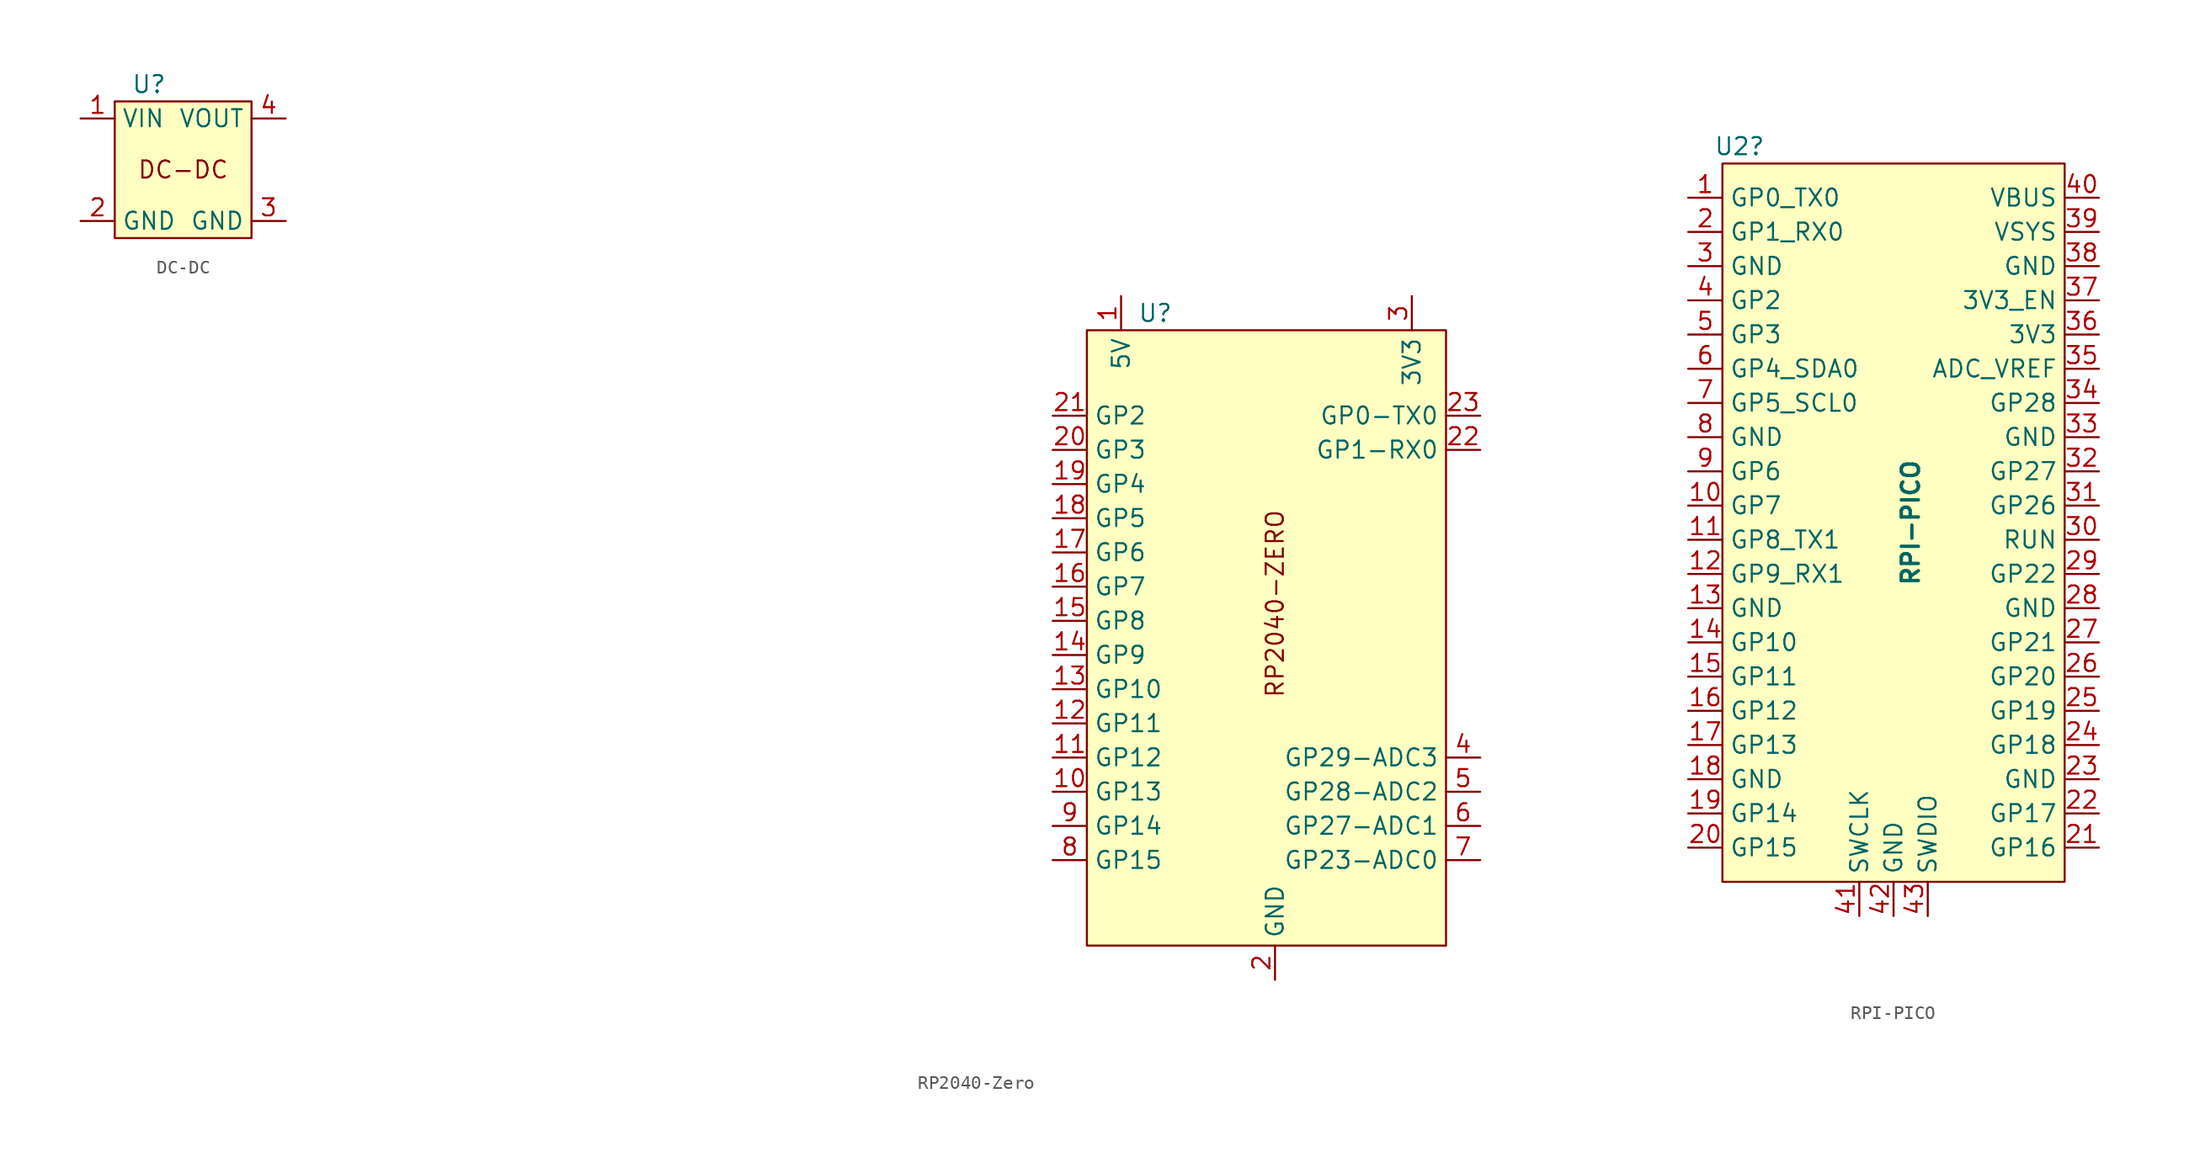
<source format=kicad_sym>
(kicad_symbol_lib
  (version 20220914)
  (generator kicad_symbol_editor)
  (symbol "DC-DC"
    (property "Reference" "U"
      (at -2.54 6.35 0)
      (effects (font (size 1.27 1.27))))
    (property "Value" ""
      (at 0 0 0)
      (effects (font (size 1.27 1.27))))
    (symbol "DC-DC_1_1"
      (rectangle (start -5.08 5.08) (end 5.08 -5.08) (stroke (width 0) (type default)) (fill (type background)))
      (text "DC-DC" (at 0 0 0) (effects (font (size 1.27 1.27))))
      (pin power_in line (at -7.62 3.81 0) (length 2.54) (name "VIN" (effects (font (size 1.27 1.27)))) (number "1" (effects (font (size 1.27 1.27)))))
      (pin power_in line (at -7.62 -3.81 0) (length 2.54) (name "GND" (effects (font (size 1.27 1.27)))) (number "2" (effects (font (size 1.27 1.27)))))
      (pin power_out line (at 7.62 -3.81 180) (length 2.54) (name "GND" (effects (font (size 1.27 1.27)))) (number "3" (effects (font (size 1.27 1.27)))))
      (pin power_out line (at 7.62 3.81 180) (length 2.54) (name "VOUT" (effects (font (size 1.27 1.27)))) (number "4" (effects (font (size 1.27 1.27)))))))
  (symbol "RP2040-Zero"
    (property "Reference" "U"
      (at -8.89 24.13 0)
      (effects (font (size 1.27 1.27))))
    (property "Value" ""
      (at -59.69 36.83 0)
      (effects (font (size 1.27 1.27))))
    (symbol "RP2040-Zero_1_1"
      (rectangle (start -13.97 22.86) (end 12.7 -22.86) (stroke (width 0) (type default)) (fill (type background)))
      (text "RP2040-ZERO" (at 0 2.54 900) (effects (font (size 1.27 1.27))))
      (pin power_in line (at -11.43 25.4 270) (length 2.54) (name "5V" (effects (font (size 1.27 1.27)))) (number "1" (effects (font (size 1.27 1.27)))))
      (pin bidirectional line (at -16.51 -11.43 0) (length 2.54) (name "GP13" (effects (font (size 1.27 1.27)))) (number "10" (effects (font (size 1.27 1.27)))))
      (pin bidirectional line (at -16.51 -8.89 0) (length 2.54) (name "GP12" (effects (font (size 1.27 1.27)))) (number "11" (effects (font (size 1.27 1.27)))))
      (pin bidirectional line (at -16.51 -6.35 0) (length 2.54) (name "GP11" (effects (font (size 1.27 1.27)))) (number "12" (effects (font (size 1.27 1.27)))))
      (pin bidirectional line (at -16.51 -3.81 0) (length 2.54) (name "GP10" (effects (font (size 1.27 1.27)))) (number "13" (effects (font (size 1.27 1.27)))))
      (pin bidirectional line (at -16.51 -1.27 0) (length 2.54) (name "GP9" (effects (font (size 1.27 1.27)))) (number "14" (effects (font (size 1.27 1.27)))))
      (pin bidirectional line (at -16.51 1.27 0) (length 2.54) (name "GP8" (effects (font (size 1.27 1.27)))) (number "15" (effects (font (size 1.27 1.27)))))
      (pin bidirectional line (at -16.51 3.81 0) (length 2.54) (name "GP7" (effects (font (size 1.27 1.27)))) (number "16" (effects (font (size 1.27 1.27)))))
      (pin bidirectional line (at -16.51 6.35 0) (length 2.54) (name "GP6" (effects (font (size 1.27 1.27)))) (number "17" (effects (font (size 1.27 1.27)))))
      (pin bidirectional line (at -16.51 8.89 0) (length 2.54) (name "GP5" (effects (font (size 1.27 1.27)))) (number "18" (effects (font (size 1.27 1.27)))))
      (pin bidirectional line (at -16.51 11.43 0) (length 2.54) (name "GP4" (effects (font (size 1.27 1.27)))) (number "19" (effects (font (size 1.27 1.27)))))
      (pin power_in line (at 0 -25.4 90) (length 2.54) (name "GND" (effects (font (size 1.27 1.27)))) (number "2" (effects (font (size 1.27 1.27)))))
      (pin bidirectional line (at -16.51 13.97 0) (length 2.54) (name "GP3" (effects (font (size 1.27 1.27)))) (number "20" (effects (font (size 1.27 1.27)))))
      (pin bidirectional line (at -16.51 16.51 0) (length 2.54) (name "GP2" (effects (font (size 1.27 1.27)))) (number "21" (effects (font (size 1.27 1.27)))))
      (pin bidirectional line (at 15.24 13.97 180) (length 2.54) (name "GP1-RX0" (effects (font (size 1.27 1.27)))) (number "22" (effects (font (size 1.27 1.27)))))
      (pin bidirectional line (at 15.24 16.51 180) (length 2.54) (name "GP0-TX0" (effects (font (size 1.27 1.27)))) (number "23" (effects (font (size 1.27 1.27)))))
      (pin power_out line (at 10.16 25.4 270) (length 2.54) (name "3V3" (effects (font (size 1.27 1.27)))) (number "3" (effects (font (size 1.27 1.27)))))
      (pin bidirectional line (at 15.24 -8.89 180) (length 2.54) (name "GP29-ADC3" (effects (font (size 1.27 1.27)))) (number "4" (effects (font (size 1.27 1.27)))))
      (pin bidirectional line (at 15.24 -11.43 180) (length 2.54) (name "GP28-ADC2" (effects (font (size 1.27 1.27)))) (number "5" (effects (font (size 1.27 1.27)))))
      (pin bidirectional line (at 15.24 -13.97 180) (length 2.54) (name "GP27-ADC1" (effects (font (size 1.27 1.27)))) (number "6" (effects (font (size 1.27 1.27)))))
      (pin bidirectional line (at 15.24 -16.51 180) (length 2.54) (name "GP23-ADC0" (effects (font (size 1.27 1.27)))) (number "7" (effects (font (size 1.27 1.27)))))
      (pin bidirectional line (at -16.51 -16.51 0) (length 2.54) (name "GP15" (effects (font (size 1.27 1.27)))) (number "8" (effects (font (size 1.27 1.27)))))
      (pin bidirectional line (at -16.51 -13.97 0) (length 2.54) (name "GP14" (effects (font (size 1.27 1.27)))) (number "9" (effects (font (size 1.27 1.27)))))))
  (symbol "RPI-PICO"
    (property "Reference" "U2"
      (at -11.43 27.94 0)
      (effects (font (size 1.27 1.27))))
    (property "Value" "RPI-PICO"
      (at 1.27 0 90)
      (effects (font (size 1.27 1.27) bold)))
    (symbol "RPI-PICO_0_1"
      (rectangle (start -12.7 26.67) (end 12.7 -26.67) (stroke (width 0.152) (type default)) (fill (type background))))
    (symbol "RPI-PICO_1_1"
      (pin bidirectional line (at -15.24 24.13 0) (length 2.54) (name "GP0_TX0" (effects (font (size 1.27 1.27)))) (number "1" (effects (font (size 1.27 1.27)))))
      (pin bidirectional line (at -15.24 1.27 0) (length 2.54) (name "GP7" (effects (font (size 1.27 1.27)))) (number "10" (effects (font (size 1.27 1.27)))))
      (pin bidirectional line (at -15.24 -1.27 0) (length 2.54) (name "GP8_TX1" (effects (font (size 1.27 1.27)))) (number "11" (effects (font (size 1.27 1.27)))))
      (pin bidirectional line (at -15.24 -3.81 0) (length 2.54) (name "GP9_RX1" (effects (font (size 1.27 1.27)))) (number "12" (effects (font (size 1.27 1.27)))))
      (pin passive line (at -15.24 -6.35 0) (length 2.54) (name "GND" (effects (font (size 1.27 1.27)))) (number "13" (effects (font (size 1.27 1.27)))))
      (pin bidirectional line (at -15.24 -8.89 0) (length 2.54) (name "GP10" (effects (font (size 1.27 1.27)))) (number "14" (effects (font (size 1.27 1.27)))))
      (pin bidirectional line (at -15.24 -11.43 0) (length 2.54) (name "GP11" (effects (font (size 1.27 1.27)))) (number "15" (effects (font (size 1.27 1.27)))))
      (pin bidirectional line (at -15.24 -13.97 0) (length 2.54) (name "GP12" (effects (font (size 1.27 1.27)))) (number "16" (effects (font (size 1.27 1.27)))))
      (pin bidirectional line (at -15.24 -16.51 0) (length 2.54) (name "GP13" (effects (font (size 1.27 1.27)))) (number "17" (effects (font (size 1.27 1.27)))))
      (pin passive line (at -15.24 -19.05 0) (length 2.54) (name "GND" (effects (font (size 1.27 1.27)))) (number "18" (effects (font (size 1.27 1.27)))))
      (pin bidirectional line (at -15.24 -21.59 0) (length 2.54) (name "GP14" (effects (font (size 1.27 1.27)))) (number "19" (effects (font (size 1.27 1.27)))))
      (pin bidirectional line (at -15.24 21.59 0) (length 2.54) (name "GP1_RX0" (effects (font (size 1.27 1.27)))) (number "2" (effects (font (size 1.27 1.27)))))
      (pin bidirectional line (at -15.24 -24.13 0) (length 2.54) (name "GP15" (effects (font (size 1.27 1.27)))) (number "20" (effects (font (size 1.27 1.27)))))
      (pin bidirectional line (at 15.24 -24.13 180) (length 2.54) (name "GP16" (effects (font (size 1.27 1.27)))) (number "21" (effects (font (size 1.27 1.27)))))
      (pin bidirectional line (at 15.24 -21.59 180) (length 2.54) (name "GP17" (effects (font (size 1.27 1.27)))) (number "22" (effects (font (size 1.27 1.27)))))
      (pin passive line (at 15.24 -19.05 180) (length 2.54) (name "GND" (effects (font (size 1.27 1.27)))) (number "23" (effects (font (size 1.27 1.27)))))
      (pin bidirectional line (at 15.24 -16.51 180) (length 2.54) (name "GP18" (effects (font (size 1.27 1.27)))) (number "24" (effects (font (size 1.27 1.27)))))
      (pin bidirectional line (at 15.24 -13.97 180) (length 2.54) (name "GP19" (effects (font (size 1.27 1.27)))) (number "25" (effects (font (size 1.27 1.27)))))
      (pin bidirectional line (at 15.24 -11.43 180) (length 2.54) (name "GP20" (effects (font (size 1.27 1.27)))) (number "26" (effects (font (size 1.27 1.27)))))
      (pin bidirectional line (at 15.24 -8.89 180) (length 2.54) (name "GP21" (effects (font (size 1.27 1.27)))) (number "27" (effects (font (size 1.27 1.27)))))
      (pin passive line (at 15.24 -6.35 180) (length 2.54) (name "GND" (effects (font (size 1.27 1.27)))) (number "28" (effects (font (size 1.27 1.27)))))
      (pin bidirectional line (at 15.24 -3.81 180) (length 2.54) (name "GP22" (effects (font (size 1.27 1.27)))) (number "29" (effects (font (size 1.27 1.27)))))
      (pin passive line (at -15.24 19.05 0) (length 2.54) (name "GND" (effects (font (size 1.27 1.27)))) (number "3" (effects (font (size 1.27 1.27)))))
      (pin passive line (at 15.24 -1.27 180) (length 2.54) (name "RUN" (effects (font (size 1.27 1.27)))) (number "30" (effects (font (size 1.27 1.27)))))
      (pin bidirectional line (at 15.24 1.27 180) (length 2.54) (name "GP26" (effects (font (size 1.27 1.27)))) (number "31" (effects (font (size 1.27 1.27)))))
      (pin bidirectional line (at 15.24 3.81 180) (length 2.54) (name "GP27" (effects (font (size 1.27 1.27)))) (number "32" (effects (font (size 1.27 1.27)))))
      (pin passive line (at 15.24 6.35 180) (length 2.54) (name "GND" (effects (font (size 1.27 1.27)))) (number "33" (effects (font (size 1.27 1.27)))))
      (pin bidirectional line (at 15.24 8.89 180) (length 2.54) (name "GP28" (effects (font (size 1.27 1.27)))) (number "34" (effects (font (size 1.27 1.27)))))
      (pin input line (at 15.24 11.43 180) (length 2.54) (name "ADC_VREF" (effects (font (size 1.27 1.27)))) (number "35" (effects (font (size 1.27 1.27)))))
      (pin power_out line (at 15.24 13.97 180) (length 2.54) (name "3V3" (effects (font (size 1.27 1.27)))) (number "36" (effects (font (size 1.27 1.27)))))
      (pin passive line (at 15.24 16.51 180) (length 2.54) (name "3V3_EN" (effects (font (size 1.27 1.27)))) (number "37" (effects (font (size 1.27 1.27)))))
      (pin passive line (at 15.24 19.05 180) (length 2.54) (name "GND" (effects (font (size 1.27 1.27)))) (number "38" (effects (font (size 1.27 1.27)))))
      (pin power_out line (at 15.24 21.59 180) (length 2.54) (name "VSYS" (effects (font (size 1.27 1.27)))) (number "39" (effects (font (size 1.27 1.27)))))
      (pin bidirectional line (at -15.24 16.51 0) (length 2.54) (name "GP2" (effects (font (size 1.27 1.27)))) (number "4" (effects (font (size 1.27 1.27)))))
      (pin power_in line (at 15.24 24.13 180) (length 2.54) (name "VBUS" (effects (font (size 1.27 1.27)))) (number "40" (effects (font (size 1.27 1.27)))))
      (pin power_in line (at -2.54 -29.21 90) (length 2.54) (name "SWCLK" (effects (font (size 1.27 1.27)))) (number "41" (effects (font (size 1.27 1.27)))))
      (pin power_in line (at 0 -29.21 90) (length 2.54) (name "GND" (effects (font (size 1.27 1.27)))) (number "42" (effects (font (size 1.27 1.27)))))
      (pin power_in line (at 2.54 -29.21 90) (length 2.54) (name "SWDIO" (effects (font (size 1.27 1.27)))) (number "43" (effects (font (size 1.27 1.27)))))
      (pin bidirectional line (at -15.24 13.97 0) (length 2.54) (name "GP3" (effects (font (size 1.27 1.27)))) (number "5" (effects (font (size 1.27 1.27)))))
      (pin bidirectional line (at -15.24 11.43 0) (length 2.54) (name "GP4_SDA0" (effects (font (size 1.27 1.27)))) (number "6" (effects (font (size 1.27 1.27)))))
      (pin bidirectional line (at -15.24 8.89 0) (length 2.54) (name "GP5_SCL0" (effects (font (size 1.27 1.27)))) (number "7" (effects (font (size 1.27 1.27)))))
      (pin passive line (at -15.24 6.35 0) (length 2.54) (name "GND" (effects (font (size 1.27 1.27)))) (number "8" (effects (font (size 1.27 1.27)))))
      (pin bidirectional line (at -15.24 3.81 0) (length 2.54) (name "GP6" (effects (font (size 1.27 1.27)))) (number "9" (effects (font (size 1.27 1.27))))))))
</source>
